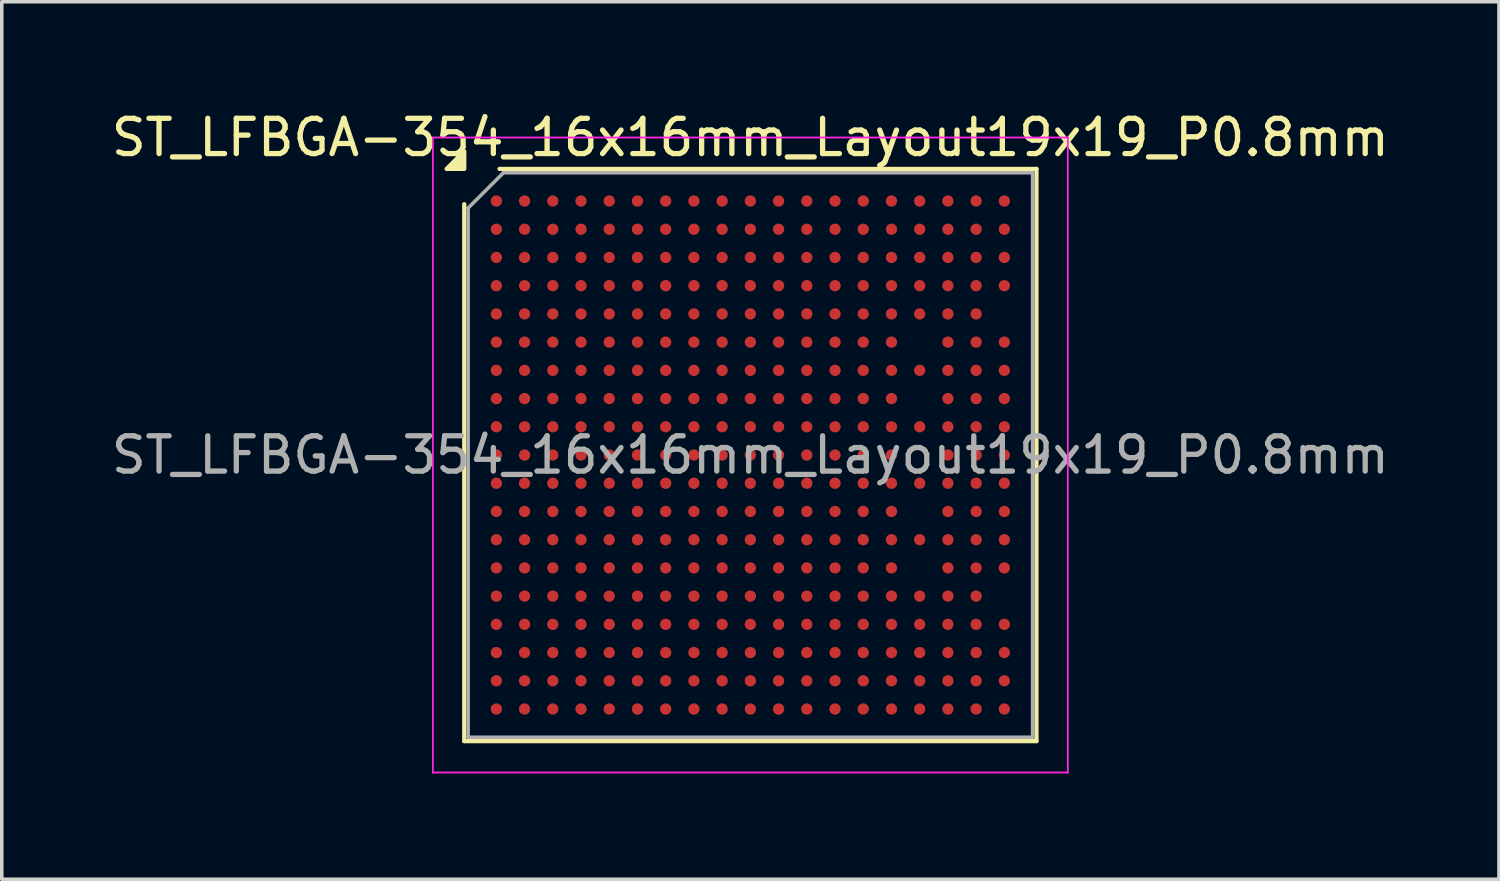
<source format=kicad_pcb>
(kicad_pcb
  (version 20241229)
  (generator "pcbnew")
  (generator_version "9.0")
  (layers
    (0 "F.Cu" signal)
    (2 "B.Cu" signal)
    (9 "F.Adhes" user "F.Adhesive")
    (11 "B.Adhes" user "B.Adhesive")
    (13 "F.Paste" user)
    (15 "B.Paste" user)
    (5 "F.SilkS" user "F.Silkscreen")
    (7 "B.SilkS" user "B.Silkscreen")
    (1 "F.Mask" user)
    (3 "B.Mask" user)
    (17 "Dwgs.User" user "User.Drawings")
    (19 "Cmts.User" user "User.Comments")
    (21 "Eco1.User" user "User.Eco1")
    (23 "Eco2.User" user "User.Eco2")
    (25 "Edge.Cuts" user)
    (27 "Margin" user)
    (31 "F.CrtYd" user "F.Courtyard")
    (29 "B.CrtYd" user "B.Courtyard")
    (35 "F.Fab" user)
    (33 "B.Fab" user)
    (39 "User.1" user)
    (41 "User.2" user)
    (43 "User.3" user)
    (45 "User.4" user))
  (footprint "ST_LFBGA-354_16x16mm_Layout19x19_P0.8mm"
    (layer "F.Cu")
    (at 18.22 9.848)
    (property "Reference" "ST_LFBGA-354_16x16mm_Layout19x19_P0.8mm" (at 0 -9 0) (layer "F.SilkS") (effects (font (size 1 1) (thickness 0.15))))
    (attr smd)
    (fp_line (start -8.11 8.11) (end -8.11 -7.11) (stroke (width 0.12) (type solid)) (layer "F.SilkS"))
    (fp_line (start -7.11 -8.11) (end 8.11 -8.11) (stroke (width 0.12) (type solid)) (layer "F.SilkS"))
    (fp_line (start 8.11 -8.11) (end 8.11 8.11) (stroke (width 0.12) (type solid)) (layer "F.SilkS"))
    (fp_line (start 8.11 8.11) (end -8.11 8.11) (stroke (width 0.12) (type solid)) (layer "F.SilkS"))
    (fp_poly (pts (xy -8.11 -8.11) (xy -8.61 -8.11) (xy -8.11 -8.61) (xy -8.11 -8.11)) (stroke (width 0.12) (type solid)) (fill yes) (layer "F.SilkS"))
    (fp_line (start -9 -9) (end -9 9) (stroke (width 0.05) (type solid)) (layer "F.CrtYd"))
    (fp_line (start -9 9) (end 9 9) (stroke (width 0.05) (type solid)) (layer "F.CrtYd"))
    (fp_line (start 9 -9) (end -9 -9) (stroke (width 0.05) (type solid)) (layer "F.CrtYd"))
    (fp_line (start 9 9) (end 9 -9) (stroke (width 0.05) (type solid)) (layer "F.CrtYd"))
    (fp_line (start -8 -7) (end -7 -8) (stroke (width 0.1) (type solid)) (layer "F.Fab"))
    (fp_line (start -8 8) (end -8 -7) (stroke (width 0.1) (type solid)) (layer "F.Fab"))
    (fp_line (start -7 -8) (end 8 -8) (stroke (width 0.1) (type solid)) (layer "F.Fab"))
    (fp_line (start 8 -8) (end 8 8) (stroke (width 0.1) (type solid)) (layer "F.Fab"))
    (fp_line (start 8 8) (end -8 8) (stroke (width 0.1) (type solid)) (layer "F.Fab"))
    (fp_text user "${REFERENCE}" (at 0 0 0) (layer "F.Fab") (effects (font (size 1 1) (thickness 0.15))))
    (pad "A1" smd circle (at -7.2 -7.2) (size 0.32 0.32) (property pad_prop_bga) (layers "F.Cu" "F.Mask" "F.Paste"))
    (pad "A2" smd circle (at -6.4 -7.2) (size 0.32 0.32) (property pad_prop_bga) (layers "F.Cu" "F.Mask" "F.Paste"))
    (pad "A3" smd circle (at -5.6 -7.2) (size 0.32 0.32) (property pad_prop_bga) (layers "F.Cu" "F.Mask" "F.Paste"))
    (pad "A4" smd circle (at -4.8 -7.2) (size 0.32 0.32) (property pad_prop_bga) (layers "F.Cu" "F.Mask" "F.Paste"))
    (pad "A5" smd circle (at -4 -7.2) (size 0.32 0.32) (property pad_prop_bga) (layers "F.Cu" "F.Mask" "F.Paste"))
    (pad "A6" smd circle (at -3.2 -7.2) (size 0.32 0.32) (property pad_prop_bga) (layers "F.Cu" "F.Mask" "F.Paste"))
    (pad "A7" smd circle (at -2.4 -7.2) (size 0.32 0.32) (property pad_prop_bga) (layers "F.Cu" "F.Mask" "F.Paste"))
    (pad "A8" smd circle (at -1.6 -7.2) (size 0.32 0.32) (property pad_prop_bga) (layers "F.Cu" "F.Mask" "F.Paste"))
    (pad "A9" smd circle (at -0.8 -7.2) (size 0.32 0.32) (property pad_prop_bga) (layers "F.Cu" "F.Mask" "F.Paste"))
    (pad "A10" smd circle (at 0 -7.2) (size 0.32 0.32) (property pad_prop_bga) (layers "F.Cu" "F.Mask" "F.Paste"))
    (pad "A11" smd circle (at 0.8 -7.2) (size 0.32 0.32) (property pad_prop_bga) (layers "F.Cu" "F.Mask" "F.Paste"))
    (pad "A12" smd circle (at 1.6 -7.2) (size 0.32 0.32) (property pad_prop_bga) (layers "F.Cu" "F.Mask" "F.Paste"))
    (pad "A13" smd circle (at 2.4 -7.2) (size 0.32 0.32) (property pad_prop_bga) (layers "F.Cu" "F.Mask" "F.Paste"))
    (pad "A14" smd circle (at 3.2 -7.2) (size 0.32 0.32) (property pad_prop_bga) (layers "F.Cu" "F.Mask" "F.Paste"))
    (pad "A15" smd circle (at 4 -7.2) (size 0.32 0.32) (property pad_prop_bga) (layers "F.Cu" "F.Mask" "F.Paste"))
    (pad "A16" smd circle (at 4.8 -7.2) (size 0.32 0.32) (property pad_prop_bga) (layers "F.Cu" "F.Mask" "F.Paste"))
    (pad "A17" smd circle (at 5.6 -7.2) (size 0.32 0.32) (property pad_prop_bga) (layers "F.Cu" "F.Mask" "F.Paste"))
    (pad "A18" smd circle (at 6.4 -7.2) (size 0.32 0.32) (property pad_prop_bga) (layers "F.Cu" "F.Mask" "F.Paste"))
    (pad "A19" smd circle (at 7.2 -7.2) (size 0.32 0.32) (property pad_prop_bga) (layers "F.Cu" "F.Mask" "F.Paste"))
    (pad "B1" smd circle (at -7.2 -6.4) (size 0.32 0.32) (property pad_prop_bga) (layers "F.Cu" "F.Mask" "F.Paste"))
    (pad "B2" smd circle (at -6.4 -6.4) (size 0.32 0.32) (property pad_prop_bga) (layers "F.Cu" "F.Mask" "F.Paste"))
    (pad "B3" smd circle (at -5.6 -6.4) (size 0.32 0.32) (property pad_prop_bga) (layers "F.Cu" "F.Mask" "F.Paste"))
    (pad "B4" smd circle (at -4.8 -6.4) (size 0.32 0.32) (property pad_prop_bga) (layers "F.Cu" "F.Mask" "F.Paste"))
    (pad "B5" smd circle (at -4 -6.4) (size 0.32 0.32) (property pad_prop_bga) (layers "F.Cu" "F.Mask" "F.Paste"))
    (pad "B6" smd circle (at -3.2 -6.4) (size 0.32 0.32) (property pad_prop_bga) (layers "F.Cu" "F.Mask" "F.Paste"))
    (pad "B7" smd circle (at -2.4 -6.4) (size 0.32 0.32) (property pad_prop_bga) (layers "F.Cu" "F.Mask" "F.Paste"))
    (pad "B8" smd circle (at -1.6 -6.4) (size 0.32 0.32) (property pad_prop_bga) (layers "F.Cu" "F.Mask" "F.Paste"))
    (pad "B9" smd circle (at -0.8 -6.4) (size 0.32 0.32) (property pad_prop_bga) (layers "F.Cu" "F.Mask" "F.Paste"))
    (pad "B10" smd circle (at 0 -6.4) (size 0.32 0.32) (property pad_prop_bga) (layers "F.Cu" "F.Mask" "F.Paste"))
    (pad "B11" smd circle (at 0.8 -6.4) (size 0.32 0.32) (property pad_prop_bga) (layers "F.Cu" "F.Mask" "F.Paste"))
    (pad "B12" smd circle (at 1.6 -6.4) (size 0.32 0.32) (property pad_prop_bga) (layers "F.Cu" "F.Mask" "F.Paste"))
    (pad "B13" smd circle (at 2.4 -6.4) (size 0.32 0.32) (property pad_prop_bga) (layers "F.Cu" "F.Mask" "F.Paste"))
    (pad "B14" smd circle (at 3.2 -6.4) (size 0.32 0.32) (property pad_prop_bga) (layers "F.Cu" "F.Mask" "F.Paste"))
    (pad "B15" smd circle (at 4 -6.4) (size 0.32 0.32) (property pad_prop_bga) (layers "F.Cu" "F.Mask" "F.Paste"))
    (pad "B16" smd circle (at 4.8 -6.4) (size 0.32 0.32) (property pad_prop_bga) (layers "F.Cu" "F.Mask" "F.Paste"))
    (pad "B17" smd circle (at 5.6 -6.4) (size 0.32 0.32) (property pad_prop_bga) (layers "F.Cu" "F.Mask" "F.Paste"))
    (pad "B18" smd circle (at 6.4 -6.4) (size 0.32 0.32) (property pad_prop_bga) (layers "F.Cu" "F.Mask" "F.Paste"))
    (pad "B19" smd circle (at 7.2 -6.4) (size 0.32 0.32) (property pad_prop_bga) (layers "F.Cu" "F.Mask" "F.Paste"))
    (pad "C1" smd circle (at -7.2 -5.6) (size 0.32 0.32) (property pad_prop_bga) (layers "F.Cu" "F.Mask" "F.Paste"))
    (pad "C2" smd circle (at -6.4 -5.6) (size 0.32 0.32) (property pad_prop_bga) (layers "F.Cu" "F.Mask" "F.Paste"))
    (pad "C3" smd circle (at -5.6 -5.6) (size 0.32 0.32) (property pad_prop_bga) (layers "F.Cu" "F.Mask" "F.Paste"))
    (pad "C4" smd circle (at -4.8 -5.6) (size 0.32 0.32) (property pad_prop_bga) (layers "F.Cu" "F.Mask" "F.Paste"))
    (pad "C5" smd circle (at -4 -5.6) (size 0.32 0.32) (property pad_prop_bga) (layers "F.Cu" "F.Mask" "F.Paste"))
    (pad "C6" smd circle (at -3.2 -5.6) (size 0.32 0.32) (property pad_prop_bga) (layers "F.Cu" "F.Mask" "F.Paste"))
    (pad "C7" smd circle (at -2.4 -5.6) (size 0.32 0.32) (property pad_prop_bga) (layers "F.Cu" "F.Mask" "F.Paste"))
    (pad "C8" smd circle (at -1.6 -5.6) (size 0.32 0.32) (property pad_prop_bga) (layers "F.Cu" "F.Mask" "F.Paste"))
    (pad "C9" smd circle (at -0.8 -5.6) (size 0.32 0.32) (property pad_prop_bga) (layers "F.Cu" "F.Mask" "F.Paste"))
    (pad "C10" smd circle (at 0 -5.6) (size 0.32 0.32) (property pad_prop_bga) (layers "F.Cu" "F.Mask" "F.Paste"))
    (pad "C11" smd circle (at 0.8 -5.6) (size 0.32 0.32) (property pad_prop_bga) (layers "F.Cu" "F.Mask" "F.Paste"))
    (pad "C12" smd circle (at 1.6 -5.6) (size 0.32 0.32) (property pad_prop_bga) (layers "F.Cu" "F.Mask" "F.Paste"))
    (pad "C13" smd circle (at 2.4 -5.6) (size 0.32 0.32) (property pad_prop_bga) (layers "F.Cu" "F.Mask" "F.Paste"))
    (pad "C14" smd circle (at 3.2 -5.6) (size 0.32 0.32) (property pad_prop_bga) (layers "F.Cu" "F.Mask" "F.Paste"))
    (pad "C15" smd circle (at 4 -5.6) (size 0.32 0.32) (property pad_prop_bga) (layers "F.Cu" "F.Mask" "F.Paste"))
    (pad "C16" smd circle (at 4.8 -5.6) (size 0.32 0.32) (property pad_prop_bga) (layers "F.Cu" "F.Mask" "F.Paste"))
    (pad "C17" smd circle (at 5.6 -5.6) (size 0.32 0.32) (property pad_prop_bga) (layers "F.Cu" "F.Mask" "F.Paste"))
    (pad "C18" smd circle (at 6.4 -5.6) (size 0.32 0.32) (property pad_prop_bga) (layers "F.Cu" "F.Mask" "F.Paste"))
    (pad "C19" smd circle (at 7.2 -5.6) (size 0.32 0.32) (property pad_prop_bga) (layers "F.Cu" "F.Mask" "F.Paste"))
    (pad "D1" smd circle (at -7.2 -4.8) (size 0.32 0.32) (property pad_prop_bga) (layers "F.Cu" "F.Mask" "F.Paste"))
    (pad "D2" smd circle (at -6.4 -4.8) (size 0.32 0.32) (property pad_prop_bga) (layers "F.Cu" "F.Mask" "F.Paste"))
    (pad "D3" smd circle (at -5.6 -4.8) (size 0.32 0.32) (property pad_prop_bga) (layers "F.Cu" "F.Mask" "F.Paste"))
    (pad "D4" smd circle (at -4.8 -4.8) (size 0.32 0.32) (property pad_prop_bga) (layers "F.Cu" "F.Mask" "F.Paste"))
    (pad "D5" smd circle (at -4 -4.8) (size 0.32 0.32) (property pad_prop_bga) (layers "F.Cu" "F.Mask" "F.Paste"))
    (pad "D6" smd circle (at -3.2 -4.8) (size 0.32 0.32) (property pad_prop_bga) (layers "F.Cu" "F.Mask" "F.Paste"))
    (pad "D7" smd circle (at -2.4 -4.8) (size 0.32 0.32) (property pad_prop_bga) (layers "F.Cu" "F.Mask" "F.Paste"))
    (pad "D8" smd circle (at -1.6 -4.8) (size 0.32 0.32) (property pad_prop_bga) (layers "F.Cu" "F.Mask" "F.Paste"))
    (pad "D9" smd circle (at -0.8 -4.8) (size 0.32 0.32) (property pad_prop_bga) (layers "F.Cu" "F.Mask" "F.Paste"))
    (pad "D10" smd circle (at 0 -4.8) (size 0.32 0.32) (property pad_prop_bga) (layers "F.Cu" "F.Mask" "F.Paste"))
    (pad "D11" smd circle (at 0.8 -4.8) (size 0.32 0.32) (property pad_prop_bga) (layers "F.Cu" "F.Mask" "F.Paste"))
    (pad "D12" smd circle (at 1.6 -4.8) (size 0.32 0.32) (property pad_prop_bga) (layers "F.Cu" "F.Mask" "F.Paste"))
    (pad "D13" smd circle (at 2.4 -4.8) (size 0.32 0.32) (property pad_prop_bga) (layers "F.Cu" "F.Mask" "F.Paste"))
    (pad "D14" smd circle (at 3.2 -4.8) (size 0.32 0.32) (property pad_prop_bga) (layers "F.Cu" "F.Mask" "F.Paste"))
    (pad "D15" smd circle (at 4 -4.8) (size 0.32 0.32) (property pad_prop_bga) (layers "F.Cu" "F.Mask" "F.Paste"))
    (pad "D16" smd circle (at 4.8 -4.8) (size 0.32 0.32) (property pad_prop_bga) (layers "F.Cu" "F.Mask" "F.Paste"))
    (pad "D17" smd circle (at 5.6 -4.8) (size 0.32 0.32) (property pad_prop_bga) (layers "F.Cu" "F.Mask" "F.Paste"))
    (pad "D18" smd circle (at 6.4 -4.8) (size 0.32 0.32) (property pad_prop_bga) (layers "F.Cu" "F.Mask" "F.Paste"))
    (pad "D19" smd circle (at 7.2 -4.8) (size 0.32 0.32) (property pad_prop_bga) (layers "F.Cu" "F.Mask" "F.Paste"))
    (pad "E1" smd circle (at -7.2 -4) (size 0.32 0.32) (property pad_prop_bga) (layers "F.Cu" "F.Mask" "F.Paste"))
    (pad "E2" smd circle (at -6.4 -4) (size 0.32 0.32) (property pad_prop_bga) (layers "F.Cu" "F.Mask" "F.Paste"))
    (pad "E3" smd circle (at -5.6 -4) (size 0.32 0.32) (property pad_prop_bga) (layers "F.Cu" "F.Mask" "F.Paste"))
    (pad "E4" smd circle (at -4.8 -4) (size 0.32 0.32) (property pad_prop_bga) (layers "F.Cu" "F.Mask" "F.Paste"))
    (pad "E5" smd circle (at -4 -4) (size 0.32 0.32) (property pad_prop_bga) (layers "F.Cu" "F.Mask" "F.Paste"))
    (pad "E6" smd circle (at -3.2 -4) (size 0.32 0.32) (property pad_prop_bga) (layers "F.Cu" "F.Mask" "F.Paste"))
    (pad "E7" smd circle (at -2.4 -4) (size 0.32 0.32) (property pad_prop_bga) (layers "F.Cu" "F.Mask" "F.Paste"))
    (pad "E8" smd circle (at -1.6 -4) (size 0.32 0.32) (property pad_prop_bga) (layers "F.Cu" "F.Mask" "F.Paste"))
    (pad "E9" smd circle (at -0.8 -4) (size 0.32 0.32) (property pad_prop_bga) (layers "F.Cu" "F.Mask" "F.Paste"))
    (pad "E10" smd circle (at 0 -4) (size 0.32 0.32) (property pad_prop_bga) (layers "F.Cu" "F.Mask" "F.Paste"))
    (pad "E11" smd circle (at 0.8 -4) (size 0.32 0.32) (property pad_prop_bga) (layers "F.Cu" "F.Mask" "F.Paste"))
    (pad "E12" smd circle (at 1.6 -4) (size 0.32 0.32) (property pad_prop_bga) (layers "F.Cu" "F.Mask" "F.Paste"))
    (pad "E13" smd circle (at 2.4 -4) (size 0.32 0.32) (property pad_prop_bga) (layers "F.Cu" "F.Mask" "F.Paste"))
    (pad "E14" smd circle (at 3.2 -4) (size 0.32 0.32) (property pad_prop_bga) (layers "F.Cu" "F.Mask" "F.Paste"))
    (pad "E15" smd circle (at 4 -4) (size 0.32 0.32) (property pad_prop_bga) (layers "F.Cu" "F.Mask" "F.Paste"))
    (pad "E16" smd circle (at 4.8 -4) (size 0.32 0.32) (property pad_prop_bga) (layers "F.Cu" "F.Mask" "F.Paste"))
    (pad "E17" smd circle (at 5.6 -4) (size 0.32 0.32) (property pad_prop_bga) (layers "F.Cu" "F.Mask" "F.Paste"))
    (pad "E18" smd circle (at 6.4 -4) (size 0.32 0.32) (property pad_prop_bga) (layers "F.Cu" "F.Mask" "F.Paste"))
    (pad "F1" smd circle (at -7.2 -3.2) (size 0.32 0.32) (property pad_prop_bga) (layers "F.Cu" "F.Mask" "F.Paste"))
    (pad "F2" smd circle (at -6.4 -3.2) (size 0.32 0.32) (property pad_prop_bga) (layers "F.Cu" "F.Mask" "F.Paste"))
    (pad "F3" smd circle (at -5.6 -3.2) (size 0.32 0.32) (property pad_prop_bga) (layers "F.Cu" "F.Mask" "F.Paste"))
    (pad "F4" smd circle (at -4.8 -3.2) (size 0.32 0.32) (property pad_prop_bga) (layers "F.Cu" "F.Mask" "F.Paste"))
    (pad "F5" smd circle (at -4 -3.2) (size 0.32 0.32) (property pad_prop_bga) (layers "F.Cu" "F.Mask" "F.Paste"))
    (pad "F6" smd circle (at -3.2 -3.2) (size 0.32 0.32) (property pad_prop_bga) (layers "F.Cu" "F.Mask" "F.Paste"))
    (pad "F7" smd circle (at -2.4 -3.2) (size 0.32 0.32) (property pad_prop_bga) (layers "F.Cu" "F.Mask" "F.Paste"))
    (pad "F8" smd circle (at -1.6 -3.2) (size 0.32 0.32) (property pad_prop_bga) (layers "F.Cu" "F.Mask" "F.Paste"))
    (pad "F9" smd circle (at -0.8 -3.2) (size 0.32 0.32) (property pad_prop_bga) (layers "F.Cu" "F.Mask" "F.Paste"))
    (pad "F10" smd circle (at 0 -3.2) (size 0.32 0.32) (property pad_prop_bga) (layers "F.Cu" "F.Mask" "F.Paste"))
    (pad "F11" smd circle (at 0.8 -3.2) (size 0.32 0.32) (property pad_prop_bga) (layers "F.Cu" "F.Mask" "F.Paste"))
    (pad "F12" smd circle (at 1.6 -3.2) (size 0.32 0.32) (property pad_prop_bga) (layers "F.Cu" "F.Mask" "F.Paste"))
    (pad "F13" smd circle (at 2.4 -3.2) (size 0.32 0.32) (property pad_prop_bga) (layers "F.Cu" "F.Mask" "F.Paste"))
    (pad "F14" smd circle (at 3.2 -3.2) (size 0.32 0.32) (property pad_prop_bga) (layers "F.Cu" "F.Mask" "F.Paste"))
    (pad "F15" smd circle (at 4 -3.2) (size 0.32 0.32) (property pad_prop_bga) (layers "F.Cu" "F.Mask" "F.Paste"))
    (pad "F17" smd circle (at 5.6 -3.2) (size 0.32 0.32) (property pad_prop_bga) (layers "F.Cu" "F.Mask" "F.Paste"))
    (pad "F18" smd circle (at 6.4 -3.2) (size 0.32 0.32) (property pad_prop_bga) (layers "F.Cu" "F.Mask" "F.Paste"))
    (pad "F19" smd circle (at 7.2 -3.2) (size 0.32 0.32) (property pad_prop_bga) (layers "F.Cu" "F.Mask" "F.Paste"))
    (pad "G1" smd circle (at -7.2 -2.4) (size 0.32 0.32) (property pad_prop_bga) (layers "F.Cu" "F.Mask" "F.Paste"))
    (pad "G2" smd circle (at -6.4 -2.4) (size 0.32 0.32) (property pad_prop_bga) (layers "F.Cu" "F.Mask" "F.Paste"))
    (pad "G3" smd circle (at -5.6 -2.4) (size 0.32 0.32) (property pad_prop_bga) (layers "F.Cu" "F.Mask" "F.Paste"))
    (pad "G4" smd circle (at -4.8 -2.4) (size 0.32 0.32) (property pad_prop_bga) (layers "F.Cu" "F.Mask" "F.Paste"))
    (pad "G5" smd circle (at -4 -2.4) (size 0.32 0.32) (property pad_prop_bga) (layers "F.Cu" "F.Mask" "F.Paste"))
    (pad "G6" smd circle (at -3.2 -2.4) (size 0.32 0.32) (property pad_prop_bga) (layers "F.Cu" "F.Mask" "F.Paste"))
    (pad "G7" smd circle (at -2.4 -2.4) (size 0.32 0.32) (property pad_prop_bga) (layers "F.Cu" "F.Mask" "F.Paste"))
    (pad "G8" smd circle (at -1.6 -2.4) (size 0.32 0.32) (property pad_prop_bga) (layers "F.Cu" "F.Mask" "F.Paste"))
    (pad "G9" smd circle (at -0.8 -2.4) (size 0.32 0.32) (property pad_prop_bga) (layers "F.Cu" "F.Mask" "F.Paste"))
    (pad "G10" smd circle (at 0 -2.4) (size 0.32 0.32) (property pad_prop_bga) (layers "F.Cu" "F.Mask" "F.Paste"))
    (pad "G11" smd circle (at 0.8 -2.4) (size 0.32 0.32) (property pad_prop_bga) (layers "F.Cu" "F.Mask" "F.Paste"))
    (pad "G12" smd circle (at 1.6 -2.4) (size 0.32 0.32) (property pad_prop_bga) (layers "F.Cu" "F.Mask" "F.Paste"))
    (pad "G13" smd circle (at 2.4 -2.4) (size 0.32 0.32) (property pad_prop_bga) (layers "F.Cu" "F.Mask" "F.Paste"))
    (pad "G14" smd circle (at 3.2 -2.4) (size 0.32 0.32) (property pad_prop_bga) (layers "F.Cu" "F.Mask" "F.Paste"))
    (pad "G15" smd circle (at 4 -2.4) (size 0.32 0.32) (property pad_prop_bga) (layers "F.Cu" "F.Mask" "F.Paste"))
    (pad "G16" smd circle (at 4.8 -2.4) (size 0.32 0.32) (property pad_prop_bga) (layers "F.Cu" "F.Mask" "F.Paste"))
    (pad "G17" smd circle (at 5.6 -2.4) (size 0.32 0.32) (property pad_prop_bga) (layers "F.Cu" "F.Mask" "F.Paste"))
    (pad "G18" smd circle (at 6.4 -2.4) (size 0.32 0.32) (property pad_prop_bga) (layers "F.Cu" "F.Mask" "F.Paste"))
    (pad "G19" smd circle (at 7.2 -2.4) (size 0.32 0.32) (property pad_prop_bga) (layers "F.Cu" "F.Mask" "F.Paste"))
    (pad "H1" smd circle (at -7.2 -1.6) (size 0.32 0.32) (property pad_prop_bga) (layers "F.Cu" "F.Mask" "F.Paste"))
    (pad "H2" smd circle (at -6.4 -1.6) (size 0.32 0.32) (property pad_prop_bga) (layers "F.Cu" "F.Mask" "F.Paste"))
    (pad "H3" smd circle (at -5.6 -1.6) (size 0.32 0.32) (property pad_prop_bga) (layers "F.Cu" "F.Mask" "F.Paste"))
    (pad "H4" smd circle (at -4.8 -1.6) (size 0.32 0.32) (property pad_prop_bga) (layers "F.Cu" "F.Mask" "F.Paste"))
    (pad "H5" smd circle (at -4 -1.6) (size 0.32 0.32) (property pad_prop_bga) (layers "F.Cu" "F.Mask" "F.Paste"))
    (pad "H6" smd circle (at -3.2 -1.6) (size 0.32 0.32) (property pad_prop_bga) (layers "F.Cu" "F.Mask" "F.Paste"))
    (pad "H7" smd circle (at -2.4 -1.6) (size 0.32 0.32) (property pad_prop_bga) (layers "F.Cu" "F.Mask" "F.Paste"))
    (pad "H8" smd circle (at -1.6 -1.6) (size 0.32 0.32) (property pad_prop_bga) (layers "F.Cu" "F.Mask" "F.Paste"))
    (pad "H9" smd circle (at -0.8 -1.6) (size 0.32 0.32) (property pad_prop_bga) (layers "F.Cu" "F.Mask" "F.Paste"))
    (pad "H10" smd circle (at 0 -1.6) (size 0.32 0.32) (property pad_prop_bga) (layers "F.Cu" "F.Mask" "F.Paste"))
    (pad "H11" smd circle (at 0.8 -1.6) (size 0.32 0.32) (property pad_prop_bga) (layers "F.Cu" "F.Mask" "F.Paste"))
    (pad "H12" smd circle (at 1.6 -1.6) (size 0.32 0.32) (property pad_prop_bga) (layers "F.Cu" "F.Mask" "F.Paste"))
    (pad "H13" smd circle (at 2.4 -1.6) (size 0.32 0.32) (property pad_prop_bga) (layers "F.Cu" "F.Mask" "F.Paste"))
    (pad "H14" smd circle (at 3.2 -1.6) (size 0.32 0.32) (property pad_prop_bga) (layers "F.Cu" "F.Mask" "F.Paste"))
    (pad "H15" smd circle (at 4 -1.6) (size 0.32 0.32) (property pad_prop_bga) (layers "F.Cu" "F.Mask" "F.Paste"))
    (pad "H17" smd circle (at 5.6 -1.6) (size 0.32 0.32) (property pad_prop_bga) (layers "F.Cu" "F.Mask" "F.Paste"))
    (pad "H18" smd circle (at 6.4 -1.6) (size 0.32 0.32) (property pad_prop_bga) (layers "F.Cu" "F.Mask" "F.Paste"))
    (pad "H19" smd circle (at 7.2 -1.6) (size 0.32 0.32) (property pad_prop_bga) (layers "F.Cu" "F.Mask" "F.Paste"))
    (pad "J1" smd circle (at -7.2 -0.8) (size 0.32 0.32) (property pad_prop_bga) (layers "F.Cu" "F.Mask" "F.Paste"))
    (pad "J2" smd circle (at -6.4 -0.8) (size 0.32 0.32) (property pad_prop_bga) (layers "F.Cu" "F.Mask" "F.Paste"))
    (pad "J3" smd circle (at -5.6 -0.8) (size 0.32 0.32) (property pad_prop_bga) (layers "F.Cu" "F.Mask" "F.Paste"))
    (pad "J4" smd circle (at -4.8 -0.8) (size 0.32 0.32) (property pad_prop_bga) (layers "F.Cu" "F.Mask" "F.Paste"))
    (pad "J5" smd circle (at -4 -0.8) (size 0.32 0.32) (property pad_prop_bga) (layers "F.Cu" "F.Mask" "F.Paste"))
    (pad "J6" smd circle (at -3.2 -0.8) (size 0.32 0.32) (property pad_prop_bga) (layers "F.Cu" "F.Mask" "F.Paste"))
    (pad "J7" smd circle (at -2.4 -0.8) (size 0.32 0.32) (property pad_prop_bga) (layers "F.Cu" "F.Mask" "F.Paste"))
    (pad "J8" smd circle (at -1.6 -0.8) (size 0.32 0.32) (property pad_prop_bga) (layers "F.Cu" "F.Mask" "F.Paste"))
    (pad "J9" smd circle (at -0.8 -0.8) (size 0.32 0.32) (property pad_prop_bga) (layers "F.Cu" "F.Mask" "F.Paste"))
    (pad "J10" smd circle (at 0 -0.8) (size 0.32 0.32) (property pad_prop_bga) (layers "F.Cu" "F.Mask" "F.Paste"))
    (pad "J11" smd circle (at 0.8 -0.8) (size 0.32 0.32) (property pad_prop_bga) (layers "F.Cu" "F.Mask" "F.Paste"))
    (pad "J12" smd circle (at 1.6 -0.8) (size 0.32 0.32) (property pad_prop_bga) (layers "F.Cu" "F.Mask" "F.Paste"))
    (pad "J13" smd circle (at 2.4 -0.8) (size 0.32 0.32) (property pad_prop_bga) (layers "F.Cu" "F.Mask" "F.Paste"))
    (pad "J14" smd circle (at 3.2 -0.8) (size 0.32 0.32) (property pad_prop_bga) (layers "F.Cu" "F.Mask" "F.Paste"))
    (pad "J15" smd circle (at 4 -0.8) (size 0.32 0.32) (property pad_prop_bga) (layers "F.Cu" "F.Mask" "F.Paste"))
    (pad "J16" smd circle (at 4.8 -0.8) (size 0.32 0.32) (property pad_prop_bga) (layers "F.Cu" "F.Mask" "F.Paste"))
    (pad "J17" smd circle (at 5.6 -0.8) (size 0.32 0.32) (property pad_prop_bga) (layers "F.Cu" "F.Mask" "F.Paste"))
    (pad "J18" smd circle (at 6.4 -0.8) (size 0.32 0.32) (property pad_prop_bga) (layers "F.Cu" "F.Mask" "F.Paste"))
    (pad "J19" smd circle (at 7.2 -0.8) (size 0.32 0.32) (property pad_prop_bga) (layers "F.Cu" "F.Mask" "F.Paste"))
    (pad "K1" smd circle (at -7.2 0) (size 0.32 0.32) (property pad_prop_bga) (layers "F.Cu" "F.Mask" "F.Paste"))
    (pad "K2" smd circle (at -6.4 0) (size 0.32 0.32) (property pad_prop_bga) (layers "F.Cu" "F.Mask" "F.Paste"))
    (pad "K3" smd circle (at -5.6 0) (size 0.32 0.32) (property pad_prop_bga) (layers "F.Cu" "F.Mask" "F.Paste"))
    (pad "K4" smd circle (at -4.8 0) (size 0.32 0.32) (property pad_prop_bga) (layers "F.Cu" "F.Mask" "F.Paste"))
    (pad "K5" smd circle (at -4 0) (size 0.32 0.32) (property pad_prop_bga) (layers "F.Cu" "F.Mask" "F.Paste"))
    (pad "K6" smd circle (at -3.2 0) (size 0.32 0.32) (property pad_prop_bga) (layers "F.Cu" "F.Mask" "F.Paste"))
    (pad "K7" smd circle (at -2.4 0) (size 0.32 0.32) (property pad_prop_bga) (layers "F.Cu" "F.Mask" "F.Paste"))
    (pad "K8" smd circle (at -1.6 0) (size 0.32 0.32) (property pad_prop_bga) (layers "F.Cu" "F.Mask" "F.Paste"))
    (pad "K9" smd circle (at -0.8 0) (size 0.32 0.32) (property pad_prop_bga) (layers "F.Cu" "F.Mask" "F.Paste"))
    (pad "K10" smd circle (at 0 0) (size 0.32 0.32) (property pad_prop_bga) (layers "F.Cu" "F.Mask" "F.Paste"))
    (pad "K11" smd circle (at 0.8 0) (size 0.32 0.32) (property pad_prop_bga) (layers "F.Cu" "F.Mask" "F.Paste"))
    (pad "K12" smd circle (at 1.6 0) (size 0.32 0.32) (property pad_prop_bga) (layers "F.Cu" "F.Mask" "F.Paste"))
    (pad "K13" smd circle (at 2.4 0) (size 0.32 0.32) (property pad_prop_bga) (layers "F.Cu" "F.Mask" "F.Paste"))
    (pad "K14" smd circle (at 3.2 0) (size 0.32 0.32) (property pad_prop_bga) (layers "F.Cu" "F.Mask" "F.Paste"))
    (pad "K15" smd circle (at 4 0) (size 0.32 0.32) (property pad_prop_bga) (layers "F.Cu" "F.Mask" "F.Paste"))
    (pad "K17" smd circle (at 5.6 0) (size 0.32 0.32) (property pad_prop_bga) (layers "F.Cu" "F.Mask" "F.Paste"))
    (pad "K18" smd circle (at 6.4 0) (size 0.32 0.32) (property pad_prop_bga) (layers "F.Cu" "F.Mask" "F.Paste"))
    (pad "K19" smd circle (at 7.2 0) (size 0.32 0.32) (property pad_prop_bga) (layers "F.Cu" "F.Mask" "F.Paste"))
    (pad "L1" smd circle (at -7.2 0.8) (size 0.32 0.32) (property pad_prop_bga) (layers "F.Cu" "F.Mask" "F.Paste"))
    (pad "L2" smd circle (at -6.4 0.8) (size 0.32 0.32) (property pad_prop_bga) (layers "F.Cu" "F.Mask" "F.Paste"))
    (pad "L3" smd circle (at -5.6 0.8) (size 0.32 0.32) (property pad_prop_bga) (layers "F.Cu" "F.Mask" "F.Paste"))
    (pad "L4" smd circle (at -4.8 0.8) (size 0.32 0.32) (property pad_prop_bga) (layers "F.Cu" "F.Mask" "F.Paste"))
    (pad "L5" smd circle (at -4 0.8) (size 0.32 0.32) (property pad_prop_bga) (layers "F.Cu" "F.Mask" "F.Paste"))
    (pad "L6" smd circle (at -3.2 0.8) (size 0.32 0.32) (property pad_prop_bga) (layers "F.Cu" "F.Mask" "F.Paste"))
    (pad "L7" smd circle (at -2.4 0.8) (size 0.32 0.32) (property pad_prop_bga) (layers "F.Cu" "F.Mask" "F.Paste"))
    (pad "L8" smd circle (at -1.6 0.8) (size 0.32 0.32) (property pad_prop_bga) (layers "F.Cu" "F.Mask" "F.Paste"))
    (pad "L9" smd circle (at -0.8 0.8) (size 0.32 0.32) (property pad_prop_bga) (layers "F.Cu" "F.Mask" "F.Paste"))
    (pad "L10" smd circle (at 0 0.8) (size 0.32 0.32) (property pad_prop_bga) (layers "F.Cu" "F.Mask" "F.Paste"))
    (pad "L11" smd circle (at 0.8 0.8) (size 0.32 0.32) (property pad_prop_bga) (layers "F.Cu" "F.Mask" "F.Paste"))
    (pad "L12" smd circle (at 1.6 0.8) (size 0.32 0.32) (property pad_prop_bga) (layers "F.Cu" "F.Mask" "F.Paste"))
    (pad "L13" smd circle (at 2.4 0.8) (size 0.32 0.32) (property pad_prop_bga) (layers "F.Cu" "F.Mask" "F.Paste"))
    (pad "L14" smd circle (at 3.2 0.8) (size 0.32 0.32) (property pad_prop_bga) (layers "F.Cu" "F.Mask" "F.Paste"))
    (pad "L15" smd circle (at 4 0.8) (size 0.32 0.32) (property pad_prop_bga) (layers "F.Cu" "F.Mask" "F.Paste"))
    (pad "L16" smd circle (at 4.8 0.8) (size 0.32 0.32) (property pad_prop_bga) (layers "F.Cu" "F.Mask" "F.Paste"))
    (pad "L17" smd circle (at 5.6 0.8) (size 0.32 0.32) (property pad_prop_bga) (layers "F.Cu" "F.Mask" "F.Paste"))
    (pad "L18" smd circle (at 6.4 0.8) (size 0.32 0.32) (property pad_prop_bga) (layers "F.Cu" "F.Mask" "F.Paste"))
    (pad "L19" smd circle (at 7.2 0.8) (size 0.32 0.32) (property pad_prop_bga) (layers "F.Cu" "F.Mask" "F.Paste"))
    (pad "M1" smd circle (at -7.2 1.6) (size 0.32 0.32) (property pad_prop_bga) (layers "F.Cu" "F.Mask" "F.Paste"))
    (pad "M2" smd circle (at -6.4 1.6) (size 0.32 0.32) (property pad_prop_bga) (layers "F.Cu" "F.Mask" "F.Paste"))
    (pad "M3" smd circle (at -5.6 1.6) (size 0.32 0.32) (property pad_prop_bga) (layers "F.Cu" "F.Mask" "F.Paste"))
    (pad "M4" smd circle (at -4.8 1.6) (size 0.32 0.32) (property pad_prop_bga) (layers "F.Cu" "F.Mask" "F.Paste"))
    (pad "M5" smd circle (at -4 1.6) (size 0.32 0.32) (property pad_prop_bga) (layers "F.Cu" "F.Mask" "F.Paste"))
    (pad "M6" smd circle (at -3.2 1.6) (size 0.32 0.32) (property pad_prop_bga) (layers "F.Cu" "F.Mask" "F.Paste"))
    (pad "M7" smd circle (at -2.4 1.6) (size 0.32 0.32) (property pad_prop_bga) (layers "F.Cu" "F.Mask" "F.Paste"))
    (pad "M8" smd circle (at -1.6 1.6) (size 0.32 0.32) (property pad_prop_bga) (layers "F.Cu" "F.Mask" "F.Paste"))
    (pad "M9" smd circle (at -0.8 1.6) (size 0.32 0.32) (property pad_prop_bga) (layers "F.Cu" "F.Mask" "F.Paste"))
    (pad "M10" smd circle (at 0 1.6) (size 0.32 0.32) (property pad_prop_bga) (layers "F.Cu" "F.Mask" "F.Paste"))
    (pad "M11" smd circle (at 0.8 1.6) (size 0.32 0.32) (property pad_prop_bga) (layers "F.Cu" "F.Mask" "F.Paste"))
    (pad "M12" smd circle (at 1.6 1.6) (size 0.32 0.32) (property pad_prop_bga) (layers "F.Cu" "F.Mask" "F.Paste"))
    (pad "M13" smd circle (at 2.4 1.6) (size 0.32 0.32) (property pad_prop_bga) (layers "F.Cu" "F.Mask" "F.Paste"))
    (pad "M14" smd circle (at 3.2 1.6) (size 0.32 0.32) (property pad_prop_bga) (layers "F.Cu" "F.Mask" "F.Paste"))
    (pad "M15" smd circle (at 4 1.6) (size 0.32 0.32) (property pad_prop_bga) (layers "F.Cu" "F.Mask" "F.Paste"))
    (pad "M17" smd circle (at 5.6 1.6) (size 0.32 0.32) (property pad_prop_bga) (layers "F.Cu" "F.Mask" "F.Paste"))
    (pad "M18" smd circle (at 6.4 1.6) (size 0.32 0.32) (property pad_prop_bga) (layers "F.Cu" "F.Mask" "F.Paste"))
    (pad "M19" smd circle (at 7.2 1.6) (size 0.32 0.32) (property pad_prop_bga) (layers "F.Cu" "F.Mask" "F.Paste"))
    (pad "N1" smd circle (at -7.2 2.4) (size 0.32 0.32) (property pad_prop_bga) (layers "F.Cu" "F.Mask" "F.Paste"))
    (pad "N2" smd circle (at -6.4 2.4) (size 0.32 0.32) (property pad_prop_bga) (layers "F.Cu" "F.Mask" "F.Paste"))
    (pad "N3" smd circle (at -5.6 2.4) (size 0.32 0.32) (property pad_prop_bga) (layers "F.Cu" "F.Mask" "F.Paste"))
    (pad "N4" smd circle (at -4.8 2.4) (size 0.32 0.32) (property pad_prop_bga) (layers "F.Cu" "F.Mask" "F.Paste"))
    (pad "N5" smd circle (at -4 2.4) (size 0.32 0.32) (property pad_prop_bga) (layers "F.Cu" "F.Mask" "F.Paste"))
    (pad "N6" smd circle (at -3.2 2.4) (size 0.32 0.32) (property pad_prop_bga) (layers "F.Cu" "F.Mask" "F.Paste"))
    (pad "N7" smd circle (at -2.4 2.4) (size 0.32 0.32) (property pad_prop_bga) (layers "F.Cu" "F.Mask" "F.Paste"))
    (pad "N8" smd circle (at -1.6 2.4) (size 0.32 0.32) (property pad_prop_bga) (layers "F.Cu" "F.Mask" "F.Paste"))
    (pad "N9" smd circle (at -0.8 2.4) (size 0.32 0.32) (property pad_prop_bga) (layers "F.Cu" "F.Mask" "F.Paste"))
    (pad "N10" smd circle (at 0 2.4) (size 0.32 0.32) (property pad_prop_bga) (layers "F.Cu" "F.Mask" "F.Paste"))
    (pad "N11" smd circle (at 0.8 2.4) (size 0.32 0.32) (property pad_prop_bga) (layers "F.Cu" "F.Mask" "F.Paste"))
    (pad "N12" smd circle (at 1.6 2.4) (size 0.32 0.32) (property pad_prop_bga) (layers "F.Cu" "F.Mask" "F.Paste"))
    (pad "N13" smd circle (at 2.4 2.4) (size 0.32 0.32) (property pad_prop_bga) (layers "F.Cu" "F.Mask" "F.Paste"))
    (pad "N14" smd circle (at 3.2 2.4) (size 0.32 0.32) (property pad_prop_bga) (layers "F.Cu" "F.Mask" "F.Paste"))
    (pad "N15" smd circle (at 4 2.4) (size 0.32 0.32) (property pad_prop_bga) (layers "F.Cu" "F.Mask" "F.Paste"))
    (pad "N16" smd circle (at 4.8 2.4) (size 0.32 0.32) (property pad_prop_bga) (layers "F.Cu" "F.Mask" "F.Paste"))
    (pad "N17" smd circle (at 5.6 2.4) (size 0.32 0.32) (property pad_prop_bga) (layers "F.Cu" "F.Mask" "F.Paste"))
    (pad "N18" smd circle (at 6.4 2.4) (size 0.32 0.32) (property pad_prop_bga) (layers "F.Cu" "F.Mask" "F.Paste"))
    (pad "N19" smd circle (at 7.2 2.4) (size 0.32 0.32) (property pad_prop_bga) (layers "F.Cu" "F.Mask" "F.Paste"))
    (pad "P1" smd circle (at -7.2 3.2) (size 0.32 0.32) (property pad_prop_bga) (layers "F.Cu" "F.Mask" "F.Paste"))
    (pad "P2" smd circle (at -6.4 3.2) (size 0.32 0.32) (property pad_prop_bga) (layers "F.Cu" "F.Mask" "F.Paste"))
    (pad "P3" smd circle (at -5.6 3.2) (size 0.32 0.32) (property pad_prop_bga) (layers "F.Cu" "F.Mask" "F.Paste"))
    (pad "P4" smd circle (at -4.8 3.2) (size 0.32 0.32) (property pad_prop_bga) (layers "F.Cu" "F.Mask" "F.Paste"))
    (pad "P5" smd circle (at -4 3.2) (size 0.32 0.32) (property pad_prop_bga) (layers "F.Cu" "F.Mask" "F.Paste"))
    (pad "P6" smd circle (at -3.2 3.2) (size 0.32 0.32) (property pad_prop_bga) (layers "F.Cu" "F.Mask" "F.Paste"))
    (pad "P7" smd circle (at -2.4 3.2) (size 0.32 0.32) (property pad_prop_bga) (layers "F.Cu" "F.Mask" "F.Paste"))
    (pad "P8" smd circle (at -1.6 3.2) (size 0.32 0.32) (property pad_prop_bga) (layers "F.Cu" "F.Mask" "F.Paste"))
    (pad "P9" smd circle (at -0.8 3.2) (size 0.32 0.32) (property pad_prop_bga) (layers "F.Cu" "F.Mask" "F.Paste"))
    (pad "P10" smd circle (at 0 3.2) (size 0.32 0.32) (property pad_prop_bga) (layers "F.Cu" "F.Mask" "F.Paste"))
    (pad "P11" smd circle (at 0.8 3.2) (size 0.32 0.32) (property pad_prop_bga) (layers "F.Cu" "F.Mask" "F.Paste"))
    (pad "P12" smd circle (at 1.6 3.2) (size 0.32 0.32) (property pad_prop_bga) (layers "F.Cu" "F.Mask" "F.Paste"))
    (pad "P13" smd circle (at 2.4 3.2) (size 0.32 0.32) (property pad_prop_bga) (layers "F.Cu" "F.Mask" "F.Paste"))
    (pad "P14" smd circle (at 3.2 3.2) (size 0.32 0.32) (property pad_prop_bga) (layers "F.Cu" "F.Mask" "F.Paste"))
    (pad "P15" smd circle (at 4 3.2) (size 0.32 0.32) (property pad_prop_bga) (layers "F.Cu" "F.Mask" "F.Paste"))
    (pad "P17" smd circle (at 5.6 3.2) (size 0.32 0.32) (property pad_prop_bga) (layers "F.Cu" "F.Mask" "F.Paste"))
    (pad "P18" smd circle (at 6.4 3.2) (size 0.32 0.32) (property pad_prop_bga) (layers "F.Cu" "F.Mask" "F.Paste"))
    (pad "P19" smd circle (at 7.2 3.2) (size 0.32 0.32) (property pad_prop_bga) (layers "F.Cu" "F.Mask" "F.Paste"))
    (pad "R1" smd circle (at -7.2 4) (size 0.32 0.32) (property pad_prop_bga) (layers "F.Cu" "F.Mask" "F.Paste"))
    (pad "R2" smd circle (at -6.4 4) (size 0.32 0.32) (property pad_prop_bga) (layers "F.Cu" "F.Mask" "F.Paste"))
    (pad "R3" smd circle (at -5.6 4) (size 0.32 0.32) (property pad_prop_bga) (layers "F.Cu" "F.Mask" "F.Paste"))
    (pad "R4" smd circle (at -4.8 4) (size 0.32 0.32) (property pad_prop_bga) (layers "F.Cu" "F.Mask" "F.Paste"))
    (pad "R5" smd circle (at -4 4) (size 0.32 0.32) (property pad_prop_bga) (layers "F.Cu" "F.Mask" "F.Paste"))
    (pad "R6" smd circle (at -3.2 4) (size 0.32 0.32) (property pad_prop_bga) (layers "F.Cu" "F.Mask" "F.Paste"))
    (pad "R7" smd circle (at -2.4 4) (size 0.32 0.32) (property pad_prop_bga) (layers "F.Cu" "F.Mask" "F.Paste"))
    (pad "R8" smd circle (at -1.6 4) (size 0.32 0.32) (property pad_prop_bga) (layers "F.Cu" "F.Mask" "F.Paste"))
    (pad "R9" smd circle (at -0.8 4) (size 0.32 0.32) (property pad_prop_bga) (layers "F.Cu" "F.Mask" "F.Paste"))
    (pad "R10" smd circle (at 0 4) (size 0.32 0.32) (property pad_prop_bga) (layers "F.Cu" "F.Mask" "F.Paste"))
    (pad "R11" smd circle (at 0.8 4) (size 0.32 0.32) (property pad_prop_bga) (layers "F.Cu" "F.Mask" "F.Paste"))
    (pad "R12" smd circle (at 1.6 4) (size 0.32 0.32) (property pad_prop_bga) (layers "F.Cu" "F.Mask" "F.Paste"))
    (pad "R13" smd circle (at 2.4 4) (size 0.32 0.32) (property pad_prop_bga) (layers "F.Cu" "F.Mask" "F.Paste"))
    (pad "R14" smd circle (at 3.2 4) (size 0.32 0.32) (property pad_prop_bga) (layers "F.Cu" "F.Mask" "F.Paste"))
    (pad "R15" smd circle (at 4 4) (size 0.32 0.32) (property pad_prop_bga) (layers "F.Cu" "F.Mask" "F.Paste"))
    (pad "R16" smd circle (at 4.8 4) (size 0.32 0.32) (property pad_prop_bga) (layers "F.Cu" "F.Mask" "F.Paste"))
    (pad "R17" smd circle (at 5.6 4) (size 0.32 0.32) (property pad_prop_bga) (layers "F.Cu" "F.Mask" "F.Paste"))
    (pad "R18" smd circle (at 6.4 4) (size 0.32 0.32) (property pad_prop_bga) (layers "F.Cu" "F.Mask" "F.Paste"))
    (pad "T1" smd circle (at -7.2 4.8) (size 0.32 0.32) (property pad_prop_bga) (layers "F.Cu" "F.Mask" "F.Paste"))
    (pad "T2" smd circle (at -6.4 4.8) (size 0.32 0.32) (property pad_prop_bga) (layers "F.Cu" "F.Mask" "F.Paste"))
    (pad "T3" smd circle (at -5.6 4.8) (size 0.32 0.32) (property pad_prop_bga) (layers "F.Cu" "F.Mask" "F.Paste"))
    (pad "T4" smd circle (at -4.8 4.8) (size 0.32 0.32) (property pad_prop_bga) (layers "F.Cu" "F.Mask" "F.Paste"))
    (pad "T5" smd circle (at -4 4.8) (size 0.32 0.32) (property pad_prop_bga) (layers "F.Cu" "F.Mask" "F.Paste"))
    (pad "T6" smd circle (at -3.2 4.8) (size 0.32 0.32) (property pad_prop_bga) (layers "F.Cu" "F.Mask" "F.Paste"))
    (pad "T7" smd circle (at -2.4 4.8) (size 0.32 0.32) (property pad_prop_bga) (layers "F.Cu" "F.Mask" "F.Paste"))
    (pad "T8" smd circle (at -1.6 4.8) (size 0.32 0.32) (property pad_prop_bga) (layers "F.Cu" "F.Mask" "F.Paste"))
    (pad "T9" smd circle (at -0.8 4.8) (size 0.32 0.32) (property pad_prop_bga) (layers "F.Cu" "F.Mask" "F.Paste"))
    (pad "T10" smd circle (at 0 4.8) (size 0.32 0.32) (property pad_prop_bga) (layers "F.Cu" "F.Mask" "F.Paste"))
    (pad "T11" smd circle (at 0.8 4.8) (size 0.32 0.32) (property pad_prop_bga) (layers "F.Cu" "F.Mask" "F.Paste"))
    (pad "T12" smd circle (at 1.6 4.8) (size 0.32 0.32) (property pad_prop_bga) (layers "F.Cu" "F.Mask" "F.Paste"))
    (pad "T13" smd circle (at 2.4 4.8) (size 0.32 0.32) (property pad_prop_bga) (layers "F.Cu" "F.Mask" "F.Paste"))
    (pad "T14" smd circle (at 3.2 4.8) (size 0.32 0.32) (property pad_prop_bga) (layers "F.Cu" "F.Mask" "F.Paste"))
    (pad "T15" smd circle (at 4 4.8) (size 0.32 0.32) (property pad_prop_bga) (layers "F.Cu" "F.Mask" "F.Paste"))
    (pad "T16" smd circle (at 4.8 4.8) (size 0.32 0.32) (property pad_prop_bga) (layers "F.Cu" "F.Mask" "F.Paste"))
    (pad "T17" smd circle (at 5.6 4.8) (size 0.32 0.32) (property pad_prop_bga) (layers "F.Cu" "F.Mask" "F.Paste"))
    (pad "T18" smd circle (at 6.4 4.8) (size 0.32 0.32) (property pad_prop_bga) (layers "F.Cu" "F.Mask" "F.Paste"))
    (pad "T19" smd circle (at 7.2 4.8) (size 0.32 0.32) (property pad_prop_bga) (layers "F.Cu" "F.Mask" "F.Paste"))
    (pad "U1" smd circle (at -7.2 5.6) (size 0.32 0.32) (property pad_prop_bga) (layers "F.Cu" "F.Mask" "F.Paste"))
    (pad "U2" smd circle (at -6.4 5.6) (size 0.32 0.32) (property pad_prop_bga) (layers "F.Cu" "F.Mask" "F.Paste"))
    (pad "U3" smd circle (at -5.6 5.6) (size 0.32 0.32) (property pad_prop_bga) (layers "F.Cu" "F.Mask" "F.Paste"))
    (pad "U4" smd circle (at -4.8 5.6) (size 0.32 0.32) (property pad_prop_bga) (layers "F.Cu" "F.Mask" "F.Paste"))
    (pad "U5" smd circle (at -4 5.6) (size 0.32 0.32) (property pad_prop_bga) (layers "F.Cu" "F.Mask" "F.Paste"))
    (pad "U6" smd circle (at -3.2 5.6) (size 0.32 0.32) (property pad_prop_bga) (layers "F.Cu" "F.Mask" "F.Paste"))
    (pad "U7" smd circle (at -2.4 5.6) (size 0.32 0.32) (property pad_prop_bga) (layers "F.Cu" "F.Mask" "F.Paste"))
    (pad "U8" smd circle (at -1.6 5.6) (size 0.32 0.32) (property pad_prop_bga) (layers "F.Cu" "F.Mask" "F.Paste"))
    (pad "U9" smd circle (at -0.8 5.6) (size 0.32 0.32) (property pad_prop_bga) (layers "F.Cu" "F.Mask" "F.Paste"))
    (pad "U10" smd circle (at 0 5.6) (size 0.32 0.32) (property pad_prop_bga) (layers "F.Cu" "F.Mask" "F.Paste"))
    (pad "U11" smd circle (at 0.8 5.6) (size 0.32 0.32) (property pad_prop_bga) (layers "F.Cu" "F.Mask" "F.Paste"))
    (pad "U12" smd circle (at 1.6 5.6) (size 0.32 0.32) (property pad_prop_bga) (layers "F.Cu" "F.Mask" "F.Paste"))
    (pad "U13" smd circle (at 2.4 5.6) (size 0.32 0.32) (property pad_prop_bga) (layers "F.Cu" "F.Mask" "F.Paste"))
    (pad "U14" smd circle (at 3.2 5.6) (size 0.32 0.32) (property pad_prop_bga) (layers "F.Cu" "F.Mask" "F.Paste"))
    (pad "U15" smd circle (at 4 5.6) (size 0.32 0.32) (property pad_prop_bga) (layers "F.Cu" "F.Mask" "F.Paste"))
    (pad "U16" smd circle (at 4.8 5.6) (size 0.32 0.32) (property pad_prop_bga) (layers "F.Cu" "F.Mask" "F.Paste"))
    (pad "U17" smd circle (at 5.6 5.6) (size 0.32 0.32) (property pad_prop_bga) (layers "F.Cu" "F.Mask" "F.Paste"))
    (pad "U18" smd circle (at 6.4 5.6) (size 0.32 0.32) (property pad_prop_bga) (layers "F.Cu" "F.Mask" "F.Paste"))
    (pad "U19" smd circle (at 7.2 5.6) (size 0.32 0.32) (property pad_prop_bga) (layers "F.Cu" "F.Mask" "F.Paste"))
    (pad "V1" smd circle (at -7.2 6.4) (size 0.32 0.32) (property pad_prop_bga) (layers "F.Cu" "F.Mask" "F.Paste"))
    (pad "V2" smd circle (at -6.4 6.4) (size 0.32 0.32) (property pad_prop_bga) (layers "F.Cu" "F.Mask" "F.Paste"))
    (pad "V3" smd circle (at -5.6 6.4) (size 0.32 0.32) (property pad_prop_bga) (layers "F.Cu" "F.Mask" "F.Paste"))
    (pad "V4" smd circle (at -4.8 6.4) (size 0.32 0.32) (property pad_prop_bga) (layers "F.Cu" "F.Mask" "F.Paste"))
    (pad "V5" smd circle (at -4 6.4) (size 0.32 0.32) (property pad_prop_bga) (layers "F.Cu" "F.Mask" "F.Paste"))
    (pad "V6" smd circle (at -3.2 6.4) (size 0.32 0.32) (property pad_prop_bga) (layers "F.Cu" "F.Mask" "F.Paste"))
    (pad "V7" smd circle (at -2.4 6.4) (size 0.32 0.32) (property pad_prop_bga) (layers "F.Cu" "F.Mask" "F.Paste"))
    (pad "V8" smd circle (at -1.6 6.4) (size 0.32 0.32) (property pad_prop_bga) (layers "F.Cu" "F.Mask" "F.Paste"))
    (pad "V9" smd circle (at -0.8 6.4) (size 0.32 0.32) (property pad_prop_bga) (layers "F.Cu" "F.Mask" "F.Paste"))
    (pad "V10" smd circle (at 0 6.4) (size 0.32 0.32) (property pad_prop_bga) (layers "F.Cu" "F.Mask" "F.Paste"))
    (pad "V11" smd circle (at 0.8 6.4) (size 0.32 0.32) (property pad_prop_bga) (layers "F.Cu" "F.Mask" "F.Paste"))
    (pad "V12" smd circle (at 1.6 6.4) (size 0.32 0.32) (property pad_prop_bga) (layers "F.Cu" "F.Mask" "F.Paste"))
    (pad "V13" smd circle (at 2.4 6.4) (size 0.32 0.32) (property pad_prop_bga) (layers "F.Cu" "F.Mask" "F.Paste"))
    (pad "V14" smd circle (at 3.2 6.4) (size 0.32 0.32) (property pad_prop_bga) (layers "F.Cu" "F.Mask" "F.Paste"))
    (pad "V15" smd circle (at 4 6.4) (size 0.32 0.32) (property pad_prop_bga) (layers "F.Cu" "F.Mask" "F.Paste"))
    (pad "V16" smd circle (at 4.8 6.4) (size 0.32 0.32) (property pad_prop_bga) (layers "F.Cu" "F.Mask" "F.Paste"))
    (pad "V17" smd circle (at 5.6 6.4) (size 0.32 0.32) (property pad_prop_bga) (layers "F.Cu" "F.Mask" "F.Paste"))
    (pad "V18" smd circle (at 6.4 6.4) (size 0.32 0.32) (property pad_prop_bga) (layers "F.Cu" "F.Mask" "F.Paste"))
    (pad "V19" smd circle (at 7.2 6.4) (size 0.32 0.32) (property pad_prop_bga) (layers "F.Cu" "F.Mask" "F.Paste"))
    (pad "W1" smd circle (at -7.2 7.2) (size 0.32 0.32) (property pad_prop_bga) (layers "F.Cu" "F.Mask" "F.Paste"))
    (pad "W2" smd circle (at -6.4 7.2) (size 0.32 0.32) (property pad_prop_bga) (layers "F.Cu" "F.Mask" "F.Paste"))
    (pad "W3" smd circle (at -5.6 7.2) (size 0.32 0.32) (property pad_prop_bga) (layers "F.Cu" "F.Mask" "F.Paste"))
    (pad "W4" smd circle (at -4.8 7.2) (size 0.32 0.32) (property pad_prop_bga) (layers "F.Cu" "F.Mask" "F.Paste"))
    (pad "W5" smd circle (at -4 7.2) (size 0.32 0.32) (property pad_prop_bga) (layers "F.Cu" "F.Mask" "F.Paste"))
    (pad "W6" smd circle (at -3.2 7.2) (size 0.32 0.32) (property pad_prop_bga) (layers "F.Cu" "F.Mask" "F.Paste"))
    (pad "W7" smd circle (at -2.4 7.2) (size 0.32 0.32) (property pad_prop_bga) (layers "F.Cu" "F.Mask" "F.Paste"))
    (pad "W8" smd circle (at -1.6 7.2) (size 0.32 0.32) (property pad_prop_bga) (layers "F.Cu" "F.Mask" "F.Paste"))
    (pad "W9" smd circle (at -0.8 7.2) (size 0.32 0.32) (property pad_prop_bga) (layers "F.Cu" "F.Mask" "F.Paste"))
    (pad "W10" smd circle (at 0 7.2) (size 0.32 0.32) (property pad_prop_bga) (layers "F.Cu" "F.Mask" "F.Paste"))
    (pad "W11" smd circle (at 0.8 7.2) (size 0.32 0.32) (property pad_prop_bga) (layers "F.Cu" "F.Mask" "F.Paste"))
    (pad "W12" smd circle (at 1.6 7.2) (size 0.32 0.32) (property pad_prop_bga) (layers "F.Cu" "F.Mask" "F.Paste"))
    (pad "W13" smd circle (at 2.4 7.2) (size 0.32 0.32) (property pad_prop_bga) (layers "F.Cu" "F.Mask" "F.Paste"))
    (pad "W14" smd circle (at 3.2 7.2) (size 0.32 0.32) (property pad_prop_bga) (layers "F.Cu" "F.Mask" "F.Paste"))
    (pad "W15" smd circle (at 4 7.2) (size 0.32 0.32) (property pad_prop_bga) (layers "F.Cu" "F.Mask" "F.Paste"))
    (pad "W16" smd circle (at 4.8 7.2) (size 0.32 0.32) (property pad_prop_bga) (layers "F.Cu" "F.Mask" "F.Paste"))
    (pad "W17" smd circle (at 5.6 7.2) (size 0.32 0.32) (property pad_prop_bga) (layers "F.Cu" "F.Mask" "F.Paste"))
    (pad "W18" smd circle (at 6.4 7.2) (size 0.32 0.32) (property pad_prop_bga) (layers "F.Cu" "F.Mask" "F.Paste"))
    (pad "W19" smd circle (at 7.2 7.2) (size 0.32 0.32) (property pad_prop_bga) (layers "F.Cu" "F.Mask" "F.Paste")))
  (gr_rect
    (start -3 -3)
    (end 39.44 21.873)
    (stroke (width 0.1) (type default))
    (fill no)
    (layer "Edge.Cuts")))
</source>
